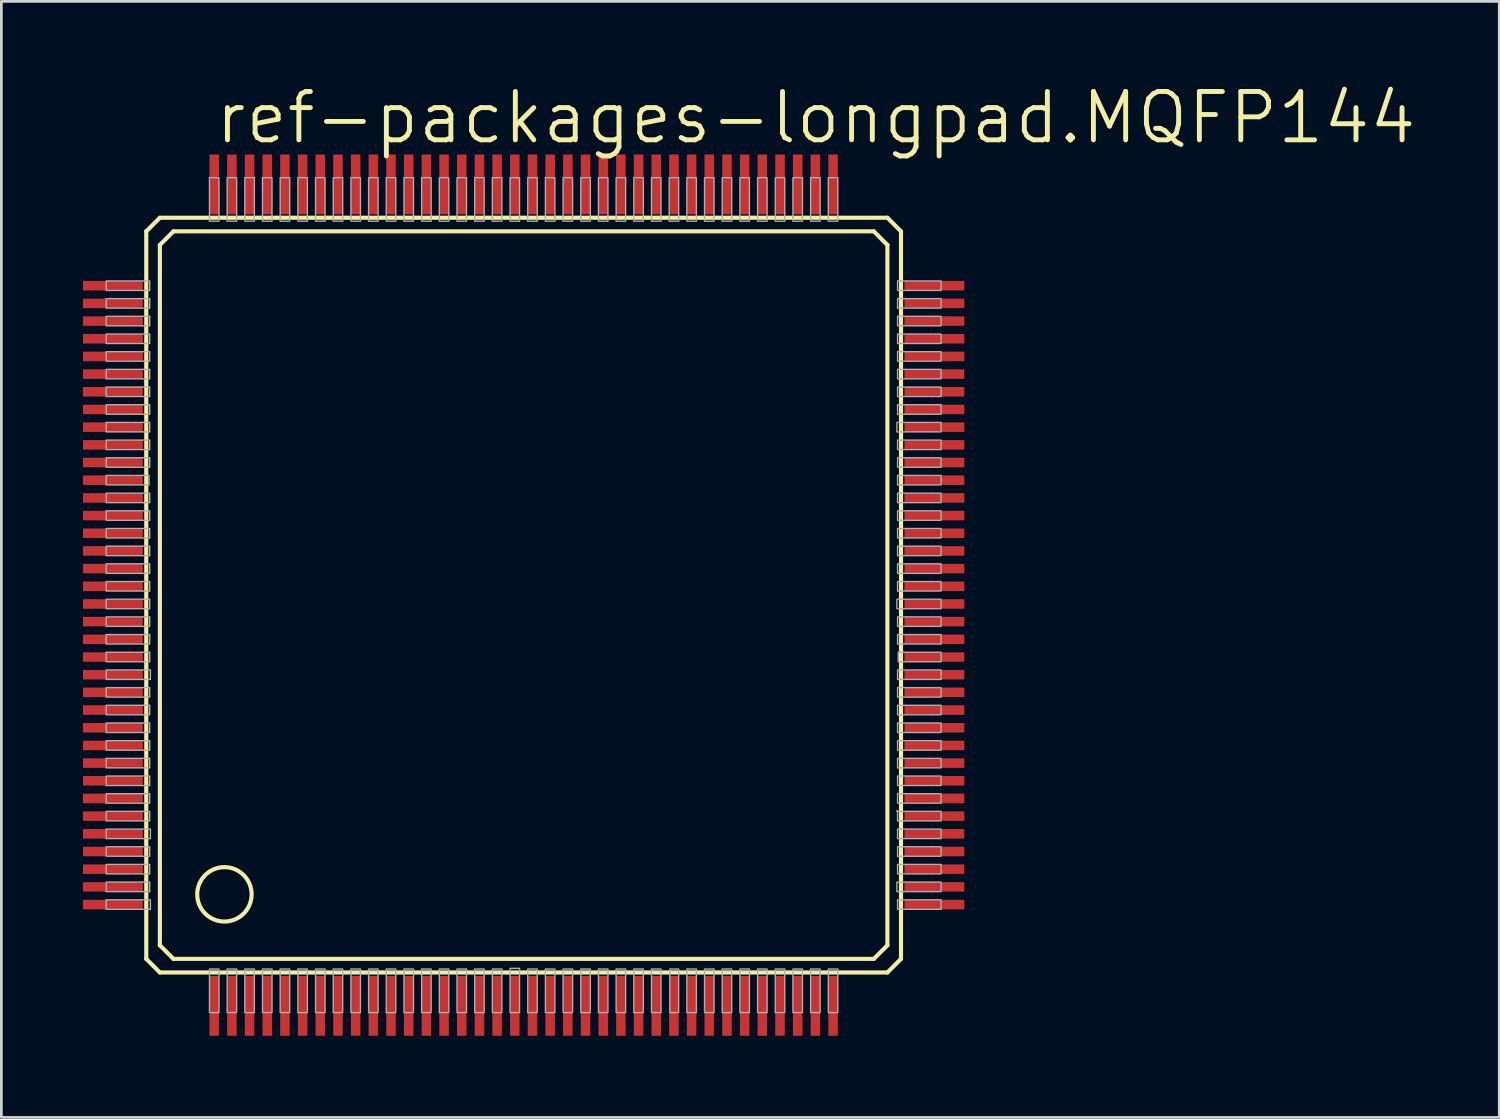
<source format=kicad_pcb>
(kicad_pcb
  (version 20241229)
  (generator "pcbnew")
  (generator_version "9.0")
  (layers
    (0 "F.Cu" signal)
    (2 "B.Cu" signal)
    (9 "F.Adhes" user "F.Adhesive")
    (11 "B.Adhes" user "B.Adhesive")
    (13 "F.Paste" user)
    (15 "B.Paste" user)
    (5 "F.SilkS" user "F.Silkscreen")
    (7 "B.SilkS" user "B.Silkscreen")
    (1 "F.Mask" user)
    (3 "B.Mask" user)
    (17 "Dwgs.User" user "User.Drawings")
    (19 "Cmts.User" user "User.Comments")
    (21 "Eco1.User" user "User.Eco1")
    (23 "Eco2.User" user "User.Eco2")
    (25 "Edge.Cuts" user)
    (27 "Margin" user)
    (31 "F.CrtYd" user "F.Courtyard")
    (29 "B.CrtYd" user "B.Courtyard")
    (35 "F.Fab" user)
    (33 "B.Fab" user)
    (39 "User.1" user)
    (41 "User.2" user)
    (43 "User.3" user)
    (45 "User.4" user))
  (footprint "ref-packages-longpad.MQFP144"
    (layer "F.Cu")
    (at 16.2 18.828)
    (property "Reference" "ref-packages-longpad.MQFP144" (at -11.43 -16.51 0) (layer "F.SilkS") (effects (font (size 1.778 1.778) (thickness 0.18)) (justify left bottom)))
    (attr smd)
    (fp_line (start -13.873 -13.373) (end -13.873 13.373) (stroke (width 0.152) (type default)) (layer "F.SilkS"))
    (fp_line (start -13.873 13.373) (end -13.373 13.873) (stroke (width 0.152) (type default)) (layer "F.SilkS"))
    (fp_line (start -13.373 -13.873) (end -13.873 -13.373) (stroke (width 0.152) (type default)) (layer "F.SilkS"))
    (fp_line (start -13.373 -12.873) (end -12.873 -13.373) (stroke (width 0.152) (type default)) (layer "F.SilkS"))
    (fp_line (start -13.373 12.873) (end -13.373 -12.873) (stroke (width 0.152) (type default)) (layer "F.SilkS"))
    (fp_line (start -13.373 13.873) (end 13.373 13.873) (stroke (width 0.152) (type default)) (layer "F.SilkS"))
    (fp_line (start -12.873 -13.373) (end 12.873 -13.373) (stroke (width 0.152) (type default)) (layer "F.SilkS"))
    (fp_line (start -12.873 13.373) (end -13.373 12.873) (stroke (width 0.152) (type default)) (layer "F.SilkS"))
    (fp_line (start 12.873 -13.373) (end 13.373 -12.873) (stroke (width 0.152) (type default)) (layer "F.SilkS"))
    (fp_line (start 12.873 13.373) (end -12.873 13.373) (stroke (width 0.152) (type default)) (layer "F.SilkS"))
    (fp_line (start 13.373 -13.873) (end -13.373 -13.873) (stroke (width 0.152) (type default)) (layer "F.SilkS"))
    (fp_line (start 13.373 -12.873) (end 13.373 12.873) (stroke (width 0.152) (type default)) (layer "F.SilkS"))
    (fp_line (start 13.373 12.873) (end 12.873 13.373) (stroke (width 0.152) (type default)) (layer "F.SilkS"))
    (fp_line (start 13.373 13.873) (end 13.873 13.373) (stroke (width 0.152) (type default)) (layer "F.SilkS"))
    (fp_line (start 13.873 -13.373) (end 13.373 -13.873) (stroke (width 0.152) (type default)) (layer "F.SilkS"))
    (fp_line (start 13.873 13.373) (end 13.873 -13.373) (stroke (width 0.152) (type default)) (layer "F.SilkS"))
    (fp_circle (center -11 11) (end -10 11) (stroke (width 0.152) (type default)) (fill no) (layer "F.SilkS"))
    (fp_rect (start -15.346 -11.2) (end -13.746 -11.55) (stroke (width 0.05) (type default)) (fill no) (layer "F.Fab"))
    (fp_rect (start -15.346 -10.55) (end -13.746 -10.9) (stroke (width 0.05) (type default)) (fill no) (layer "F.Fab"))
    (fp_rect (start -15.346 -9.9) (end -13.746 -10.25) (stroke (width 0.05) (type default)) (fill no) (layer "F.Fab"))
    (fp_rect (start -15.346 -9.25) (end -13.746 -9.6) (stroke (width 0.05) (type default)) (fill no) (layer "F.Fab"))
    (fp_rect (start -15.346 -8.6) (end -13.746 -8.95) (stroke (width 0.05) (type default)) (fill no) (layer "F.Fab"))
    (fp_rect (start -15.346 -7.95) (end -13.746 -8.3) (stroke (width 0.05) (type default)) (fill no) (layer "F.Fab"))
    (fp_rect (start -15.346 -7.3) (end -13.746 -7.65) (stroke (width 0.05) (type default)) (fill no) (layer "F.Fab"))
    (fp_rect (start -15.346 -6.65) (end -13.746 -7) (stroke (width 0.05) (type default)) (fill no) (layer "F.Fab"))
    (fp_rect (start -15.346 -6) (end -13.746 -6.35) (stroke (width 0.05) (type default)) (fill no) (layer "F.Fab"))
    (fp_rect (start -15.346 -5.35) (end -13.746 -5.7) (stroke (width 0.05) (type default)) (fill no) (layer "F.Fab"))
    (fp_rect (start -15.346 -4.7) (end -13.746 -5.05) (stroke (width 0.05) (type default)) (fill no) (layer "F.Fab"))
    (fp_rect (start -15.346 -4.05) (end -13.771 -4.4) (stroke (width 0.05) (type default)) (fill no) (layer "F.Fab"))
    (fp_rect (start -15.346 -3.4) (end -13.746 -3.75) (stroke (width 0.05) (type default)) (fill no) (layer "F.Fab"))
    (fp_rect (start -15.346 -2.75) (end -13.746 -3.1) (stroke (width 0.05) (type default)) (fill no) (layer "F.Fab"))
    (fp_rect (start -15.346 -2.1) (end -13.746 -2.45) (stroke (width 0.05) (type default)) (fill no) (layer "F.Fab"))
    (fp_rect (start -15.346 -1.45) (end -13.746 -1.8) (stroke (width 0.05) (type default)) (fill no) (layer "F.Fab"))
    (fp_rect (start -15.346 -0.8) (end -13.746 -1.15) (stroke (width 0.05) (type default)) (fill no) (layer "F.Fab"))
    (fp_rect (start -15.346 -0.15) (end -13.746 -0.5) (stroke (width 0.05) (type default)) (fill no) (layer "F.Fab"))
    (fp_rect (start -15.346 0.5) (end -13.746 0.15) (stroke (width 0.05) (type default)) (fill no) (layer "F.Fab"))
    (fp_rect (start -15.346 1.15) (end -13.746 0.8) (stroke (width 0.05) (type default)) (fill no) (layer "F.Fab"))
    (fp_rect (start -15.346 1.8) (end -13.746 1.45) (stroke (width 0.05) (type default)) (fill no) (layer "F.Fab"))
    (fp_rect (start -15.346 2.45) (end -13.746 2.1) (stroke (width 0.05) (type default)) (fill no) (layer "F.Fab"))
    (fp_rect (start -15.346 3.1) (end -13.721 2.75) (stroke (width 0.05) (type default)) (fill no) (layer "F.Fab"))
    (fp_rect (start -15.346 3.75) (end -13.746 3.4) (stroke (width 0.05) (type default)) (fill no) (layer "F.Fab"))
    (fp_rect (start -15.346 4.4) (end -13.746 4.05) (stroke (width 0.05) (type default)) (fill no) (layer "F.Fab"))
    (fp_rect (start -15.346 5.05) (end -13.746 4.7) (stroke (width 0.05) (type default)) (fill no) (layer "F.Fab"))
    (fp_rect (start -15.346 5.7) (end -13.746 5.35) (stroke (width 0.05) (type default)) (fill no) (layer "F.Fab"))
    (fp_rect (start -15.346 6.35) (end -13.746 6) (stroke (width 0.05) (type default)) (fill no) (layer "F.Fab"))
    (fp_rect (start -15.346 7) (end -13.746 6.65) (stroke (width 0.05) (type default)) (fill no) (layer "F.Fab"))
    (fp_rect (start -15.346 7.65) (end -13.746 7.3) (stroke (width 0.05) (type default)) (fill no) (layer "F.Fab"))
    (fp_rect (start -15.346 8.3) (end -13.746 7.95) (stroke (width 0.05) (type default)) (fill no) (layer "F.Fab"))
    (fp_rect (start -15.346 8.95) (end -13.721 8.6) (stroke (width 0.05) (type default)) (fill no) (layer "F.Fab"))
    (fp_rect (start -15.346 9.6) (end -13.746 9.25) (stroke (width 0.05) (type default)) (fill no) (layer "F.Fab"))
    (fp_rect (start -15.346 10.25) (end -13.746 9.9) (stroke (width 0.05) (type default)) (fill no) (layer "F.Fab"))
    (fp_rect (start -15.346 10.9) (end -13.746 10.55) (stroke (width 0.05) (type default)) (fill no) (layer "F.Fab"))
    (fp_rect (start -15.346 11.55) (end -13.721 11.2) (stroke (width 0.05) (type default)) (fill no) (layer "F.Fab"))
    (fp_rect (start -11.55 -13.746) (end -11.2 -15.346) (stroke (width 0.05) (type default)) (fill no) (layer "F.Fab"))
    (fp_rect (start -11.55 15.346) (end -11.2 13.746) (stroke (width 0.05) (type default)) (fill no) (layer "F.Fab"))
    (fp_rect (start -10.9 -13.746) (end -10.55 -15.346) (stroke (width 0.05) (type default)) (fill no) (layer "F.Fab"))
    (fp_rect (start -10.9 15.346) (end -10.55 13.746) (stroke (width 0.05) (type default)) (fill no) (layer "F.Fab"))
    (fp_rect (start -10.25 -13.746) (end -9.9 -15.346) (stroke (width 0.05) (type default)) (fill no) (layer "F.Fab"))
    (fp_rect (start -10.25 15.346) (end -9.9 13.746) (stroke (width 0.05) (type default)) (fill no) (layer "F.Fab"))
    (fp_rect (start -9.6 -13.746) (end -9.25 -15.346) (stroke (width 0.05) (type default)) (fill no) (layer "F.Fab"))
    (fp_rect (start -9.6 15.346) (end -9.25 13.746) (stroke (width 0.05) (type default)) (fill no) (layer "F.Fab"))
    (fp_rect (start -8.95 -13.746) (end -8.6 -15.346) (stroke (width 0.05) (type default)) (fill no) (layer "F.Fab"))
    (fp_rect (start -8.95 15.346) (end -8.6 13.746) (stroke (width 0.05) (type default)) (fill no) (layer "F.Fab"))
    (fp_rect (start -8.3 -13.746) (end -7.95 -15.346) (stroke (width 0.05) (type default)) (fill no) (layer "F.Fab"))
    (fp_rect (start -8.3 15.346) (end -7.95 13.746) (stroke (width 0.05) (type default)) (fill no) (layer "F.Fab"))
    (fp_rect (start -7.65 -13.746) (end -7.3 -15.346) (stroke (width 0.05) (type default)) (fill no) (layer "F.Fab"))
    (fp_rect (start -7.65 15.346) (end -7.3 13.746) (stroke (width 0.05) (type default)) (fill no) (layer "F.Fab"))
    (fp_rect (start -7 -13.746) (end -6.65 -15.346) (stroke (width 0.05) (type default)) (fill no) (layer "F.Fab"))
    (fp_rect (start -7 15.346) (end -6.65 13.746) (stroke (width 0.05) (type default)) (fill no) (layer "F.Fab"))
    (fp_rect (start -6.35 -13.746) (end -6 -15.346) (stroke (width 0.05) (type default)) (fill no) (layer "F.Fab"))
    (fp_rect (start -6.35 15.346) (end -6 13.746) (stroke (width 0.05) (type default)) (fill no) (layer "F.Fab"))
    (fp_rect (start -5.7 -13.746) (end -5.35 -15.346) (stroke (width 0.05) (type default)) (fill no) (layer "F.Fab"))
    (fp_rect (start -5.7 15.346) (end -5.35 13.746) (stroke (width 0.05) (type default)) (fill no) (layer "F.Fab"))
    (fp_rect (start -5.05 -13.746) (end -4.7 -15.346) (stroke (width 0.05) (type default)) (fill no) (layer "F.Fab"))
    (fp_rect (start -5.05 15.346) (end -4.7 13.746) (stroke (width 0.05) (type default)) (fill no) (layer "F.Fab"))
    (fp_rect (start -4.4 -13.746) (end -4.05 -15.346) (stroke (width 0.05) (type default)) (fill no) (layer "F.Fab"))
    (fp_rect (start -4.4 15.346) (end -4.05 13.746) (stroke (width 0.05) (type default)) (fill no) (layer "F.Fab"))
    (fp_rect (start -3.75 -13.746) (end -3.4 -15.346) (stroke (width 0.05) (type default)) (fill no) (layer "F.Fab"))
    (fp_rect (start -3.75 15.346) (end -3.4 13.746) (stroke (width 0.05) (type default)) (fill no) (layer "F.Fab"))
    (fp_rect (start -3.1 -13.746) (end -2.75 -15.346) (stroke (width 0.05) (type default)) (fill no) (layer "F.Fab"))
    (fp_rect (start -3.1 15.346) (end -2.75 13.746) (stroke (width 0.05) (type default)) (fill no) (layer "F.Fab"))
    (fp_rect (start -2.45 -13.746) (end -2.1 -15.346) (stroke (width 0.05) (type default)) (fill no) (layer "F.Fab"))
    (fp_rect (start -2.45 15.346) (end -2.1 13.746) (stroke (width 0.05) (type default)) (fill no) (layer "F.Fab"))
    (fp_rect (start -1.8 -13.746) (end -1.45 -15.346) (stroke (width 0.05) (type default)) (fill no) (layer "F.Fab"))
    (fp_rect (start -1.8 15.346) (end -1.45 13.746) (stroke (width 0.05) (type default)) (fill no) (layer "F.Fab"))
    (fp_rect (start -1.15 -13.746) (end -0.8 -15.346) (stroke (width 0.05) (type default)) (fill no) (layer "F.Fab"))
    (fp_rect (start -1.15 15.346) (end -0.8 13.746) (stroke (width 0.05) (type default)) (fill no) (layer "F.Fab"))
    (fp_rect (start -0.5 -13.746) (end -0.15 -15.346) (stroke (width 0.05) (type default)) (fill no) (layer "F.Fab"))
    (fp_rect (start -0.5 15.346) (end -0.15 13.721) (stroke (width 0.05) (type default)) (fill no) (layer "F.Fab"))
    (fp_rect (start 0.15 -13.746) (end 0.5 -15.346) (stroke (width 0.05) (type default)) (fill no) (layer "F.Fab"))
    (fp_rect (start 0.15 15.346) (end 0.5 13.746) (stroke (width 0.05) (type default)) (fill no) (layer "F.Fab"))
    (fp_rect (start 0.8 -13.746) (end 1.15 -15.346) (stroke (width 0.05) (type default)) (fill no) (layer "F.Fab"))
    (fp_rect (start 0.8 13.796) (end 0.825 13.771) (stroke (width 0.05) (type default)) (fill no) (layer "F.Fab"))
    (fp_rect (start 0.8 15.346) (end 1.15 13.746) (stroke (width 0.05) (type default)) (fill no) (layer "F.Fab"))
    (fp_rect (start 1.45 -13.746) (end 1.8 -15.346) (stroke (width 0.05) (type default)) (fill no) (layer "F.Fab"))
    (fp_rect (start 1.45 15.346) (end 1.8 13.746) (stroke (width 0.05) (type default)) (fill no) (layer "F.Fab"))
    (fp_rect (start 2.1 -13.746) (end 2.45 -15.346) (stroke (width 0.05) (type default)) (fill no) (layer "F.Fab"))
    (fp_rect (start 2.1 15.346) (end 2.45 13.746) (stroke (width 0.05) (type default)) (fill no) (layer "F.Fab"))
    (fp_rect (start 2.75 -13.746) (end 3.1 -15.346) (stroke (width 0.05) (type default)) (fill no) (layer "F.Fab"))
    (fp_rect (start 2.75 15.346) (end 3.1 13.746) (stroke (width 0.05) (type default)) (fill no) (layer "F.Fab"))
    (fp_rect (start 3.4 -13.746) (end 3.75 -15.346) (stroke (width 0.05) (type default)) (fill no) (layer "F.Fab"))
    (fp_rect (start 3.4 15.346) (end 3.75 13.746) (stroke (width 0.05) (type default)) (fill no) (layer "F.Fab"))
    (fp_rect (start 4.05 -13.746) (end 4.4 -15.346) (stroke (width 0.05) (type default)) (fill no) (layer "F.Fab"))
    (fp_rect (start 4.05 15.346) (end 4.4 13.746) (stroke (width 0.05) (type default)) (fill no) (layer "F.Fab"))
    (fp_rect (start 4.7 -13.746) (end 5.05 -15.346) (stroke (width 0.05) (type default)) (fill no) (layer "F.Fab"))
    (fp_rect (start 4.7 15.346) (end 5.05 13.746) (stroke (width 0.05) (type default)) (fill no) (layer "F.Fab"))
    (fp_rect (start 5.35 -13.746) (end 5.7 -15.346) (stroke (width 0.05) (type default)) (fill no) (layer "F.Fab"))
    (fp_rect (start 5.375 15.346) (end 5.7 13.746) (stroke (width 0.05) (type default)) (fill no) (layer "F.Fab"))
    (fp_rect (start 6 -13.746) (end 6.35 -15.346) (stroke (width 0.05) (type default)) (fill no) (layer "F.Fab"))
    (fp_rect (start 6 15.346) (end 6.35 13.746) (stroke (width 0.05) (type default)) (fill no) (layer "F.Fab"))
    (fp_rect (start 6.65 -13.746) (end 7 -15.346) (stroke (width 0.05) (type default)) (fill no) (layer "F.Fab"))
    (fp_rect (start 6.65 15.346) (end 7 13.746) (stroke (width 0.05) (type default)) (fill no) (layer "F.Fab"))
    (fp_rect (start 7.3 -13.746) (end 7.65 -15.346) (stroke (width 0.05) (type default)) (fill no) (layer "F.Fab"))
    (fp_rect (start 7.3 15.346) (end 7.65 13.746) (stroke (width 0.05) (type default)) (fill no) (layer "F.Fab"))
    (fp_rect (start 7.95 -13.746) (end 8.3 -15.346) (stroke (width 0.05) (type default)) (fill no) (layer "F.Fab"))
    (fp_rect (start 7.95 15.346) (end 8.3 13.746) (stroke (width 0.05) (type default)) (fill no) (layer "F.Fab"))
    (fp_rect (start 8.6 -13.746) (end 8.95 -15.346) (stroke (width 0.05) (type default)) (fill no) (layer "F.Fab"))
    (fp_rect (start 8.6 15.346) (end 8.95 13.746) (stroke (width 0.05) (type default)) (fill no) (layer "F.Fab"))
    (fp_rect (start 9.25 -13.746) (end 9.6 -15.346) (stroke (width 0.05) (type default)) (fill no) (layer "F.Fab"))
    (fp_rect (start 9.25 15.346) (end 9.6 13.746) (stroke (width 0.05) (type default)) (fill no) (layer "F.Fab"))
    (fp_rect (start 9.9 -13.746) (end 10.25 -15.346) (stroke (width 0.05) (type default)) (fill no) (layer "F.Fab"))
    (fp_rect (start 9.9 15.346) (end 10.25 13.746) (stroke (width 0.05) (type default)) (fill no) (layer "F.Fab"))
    (fp_rect (start 10.55 -13.746) (end 10.9 -15.346) (stroke (width 0.05) (type default)) (fill no) (layer "F.Fab"))
    (fp_rect (start 10.55 15.346) (end 10.9 13.746) (stroke (width 0.05) (type default)) (fill no) (layer "F.Fab"))
    (fp_rect (start 11.2 -13.746) (end 11.55 -15.346) (stroke (width 0.05) (type default)) (fill no) (layer "F.Fab"))
    (fp_rect (start 11.2 15.346) (end 11.55 13.746) (stroke (width 0.05) (type default)) (fill no) (layer "F.Fab"))
    (fp_rect (start 13.721 -6) (end 15.346 -6.35) (stroke (width 0.05) (type default)) (fill no) (layer "F.Fab"))
    (fp_rect (start 13.721 0.5) (end 15.346 0.15) (stroke (width 0.05) (type default)) (fill no) (layer "F.Fab"))
    (fp_rect (start 13.721 7.95) (end 13.746 7.925) (stroke (width 0.05) (type default)) (fill no) (layer "F.Fab"))
    (fp_rect (start 13.721 10.9) (end 15.346 10.55) (stroke (width 0.05) (type default)) (fill no) (layer "F.Fab"))
    (fp_rect (start 13.746 -11.2) (end 15.346 -11.55) (stroke (width 0.05) (type default)) (fill no) (layer "F.Fab"))
    (fp_rect (start 13.746 -10.55) (end 15.346 -10.9) (stroke (width 0.05) (type default)) (fill no) (layer "F.Fab"))
    (fp_rect (start 13.746 -9.9) (end 15.346 -10.25) (stroke (width 0.05) (type default)) (fill no) (layer "F.Fab"))
    (fp_rect (start 13.746 -9.25) (end 15.346 -9.6) (stroke (width 0.05) (type default)) (fill no) (layer "F.Fab"))
    (fp_rect (start 13.746 -8.6) (end 15.346 -8.95) (stroke (width 0.05) (type default)) (fill no) (layer "F.Fab"))
    (fp_rect (start 13.746 -7.95) (end 15.346 -8.3) (stroke (width 0.05) (type default)) (fill no) (layer "F.Fab"))
    (fp_rect (start 13.746 -7.3) (end 15.346 -7.65) (stroke (width 0.05) (type default)) (fill no) (layer "F.Fab"))
    (fp_rect (start 13.746 -6.65) (end 15.346 -7) (stroke (width 0.05) (type default)) (fill no) (layer "F.Fab"))
    (fp_rect (start 13.746 -5.35) (end 15.346 -5.7) (stroke (width 0.05) (type default)) (fill no) (layer "F.Fab"))
    (fp_rect (start 13.746 -4.7) (end 15.346 -5.05) (stroke (width 0.05) (type default)) (fill no) (layer "F.Fab"))
    (fp_rect (start 13.746 -4.05) (end 15.346 -4.4) (stroke (width 0.05) (type default)) (fill no) (layer "F.Fab"))
    (fp_rect (start 13.746 -3.4) (end 15.346 -3.75) (stroke (width 0.05) (type default)) (fill no) (layer "F.Fab"))
    (fp_rect (start 13.746 -2.75) (end 15.346 -3.1) (stroke (width 0.05) (type default)) (fill no) (layer "F.Fab"))
    (fp_rect (start 13.746 -2.1) (end 15.346 -2.45) (stroke (width 0.05) (type default)) (fill no) (layer "F.Fab"))
    (fp_rect (start 13.746 -1.45) (end 15.346 -1.8) (stroke (width 0.05) (type default)) (fill no) (layer "F.Fab"))
    (fp_rect (start 13.746 -0.8) (end 15.346 -1.15) (stroke (width 0.05) (type default)) (fill no) (layer "F.Fab"))
    (fp_rect (start 13.746 -0.15) (end 15.346 -0.5) (stroke (width 0.05) (type default)) (fill no) (layer "F.Fab"))
    (fp_rect (start 13.746 1.15) (end 15.346 0.8) (stroke (width 0.05) (type default)) (fill no) (layer "F.Fab"))
    (fp_rect (start 13.746 1.8) (end 15.346 1.45) (stroke (width 0.05) (type default)) (fill no) (layer "F.Fab"))
    (fp_rect (start 13.746 3.1) (end 15.346 2.75) (stroke (width 0.05) (type default)) (fill no) (layer "F.Fab"))
    (fp_rect (start 13.746 3.75) (end 15.346 3.4) (stroke (width 0.05) (type default)) (fill no) (layer "F.Fab"))
    (fp_rect (start 13.746 4.4) (end 15.346 4.05) (stroke (width 0.05) (type default)) (fill no) (layer "F.Fab"))
    (fp_rect (start 13.746 5.05) (end 15.346 4.7) (stroke (width 0.05) (type default)) (fill no) (layer "F.Fab"))
    (fp_rect (start 13.746 5.7) (end 15.346 5.35) (stroke (width 0.05) (type default)) (fill no) (layer "F.Fab"))
    (fp_rect (start 13.746 6.35) (end 15.346 6) (stroke (width 0.05) (type default)) (fill no) (layer "F.Fab"))
    (fp_rect (start 13.746 7) (end 15.346 6.65) (stroke (width 0.05) (type default)) (fill no) (layer "F.Fab"))
    (fp_rect (start 13.746 7.65) (end 15.346 7.3) (stroke (width 0.05) (type default)) (fill no) (layer "F.Fab"))
    (fp_rect (start 13.746 8.3) (end 15.346 7.95) (stroke (width 0.05) (type default)) (fill no) (layer "F.Fab"))
    (fp_rect (start 13.746 8.95) (end 15.346 8.6) (stroke (width 0.05) (type default)) (fill no) (layer "F.Fab"))
    (fp_rect (start 13.746 9.6) (end 15.346 9.25) (stroke (width 0.05) (type default)) (fill no) (layer "F.Fab"))
    (fp_rect (start 13.746 10.25) (end 15.346 9.9) (stroke (width 0.05) (type default)) (fill no) (layer "F.Fab"))
    (fp_rect (start 13.746 11.55) (end 15.346 11.2) (stroke (width 0.05) (type default)) (fill no) (layer "F.Fab"))
    (fp_rect (start 13.771 2.45) (end 15.346 2.1) (stroke (width 0.05) (type default)) (fill no) (layer "F.Fab"))
    (pad "1" smd roundrect (at -11.375 15.1) (size 0.35 2.2) (layers "F.Cu" "F.Mask" "F.Paste") (roundrect_rratio 0.01))
    (pad "2" smd roundrect (at -10.725 15.1) (size 0.35 2.2) (layers "F.Cu" "F.Mask" "F.Paste") (roundrect_rratio 0.01))
    (pad "3" smd roundrect (at -10.075 15.1) (size 0.35 2.2) (layers "F.Cu" "F.Mask" "F.Paste") (roundrect_rratio 0.01))
    (pad "4" smd roundrect (at -9.425 15.1) (size 0.35 2.2) (layers "F.Cu" "F.Mask" "F.Paste") (roundrect_rratio 0.01))
    (pad "5" smd roundrect (at -8.775 15.1) (size 0.35 2.2) (layers "F.Cu" "F.Mask" "F.Paste") (roundrect_rratio 0.01))
    (pad "6" smd roundrect (at -8.125 15.1) (size 0.35 2.2) (layers "F.Cu" "F.Mask" "F.Paste") (roundrect_rratio 0.01))
    (pad "7" smd roundrect (at -7.475 15.1) (size 0.35 2.2) (layers "F.Cu" "F.Mask" "F.Paste") (roundrect_rratio 0.01))
    (pad "8" smd roundrect (at -6.825 15.1) (size 0.35 2.2) (layers "F.Cu" "F.Mask" "F.Paste") (roundrect_rratio 0.01))
    (pad "9" smd roundrect (at -6.175 15.1) (size 0.35 2.2) (layers "F.Cu" "F.Mask" "F.Paste") (roundrect_rratio 0.01))
    (pad "10" smd roundrect (at -5.525 15.1) (size 0.35 2.2) (layers "F.Cu" "F.Mask" "F.Paste") (roundrect_rratio 0.01))
    (pad "11" smd roundrect (at -4.875 15.1) (size 0.35 2.2) (layers "F.Cu" "F.Mask" "F.Paste") (roundrect_rratio 0.01))
    (pad "12" smd roundrect (at -4.225 15.1) (size 0.35 2.2) (layers "F.Cu" "F.Mask" "F.Paste") (roundrect_rratio 0.01))
    (pad "13" smd roundrect (at -3.575 15.1) (size 0.35 2.2) (layers "F.Cu" "F.Mask" "F.Paste") (roundrect_rratio 0.01))
    (pad "14" smd roundrect (at -2.925 15.1) (size 0.35 2.2) (layers "F.Cu" "F.Mask" "F.Paste") (roundrect_rratio 0.01))
    (pad "15" smd roundrect (at -2.275 15.1) (size 0.35 2.2) (layers "F.Cu" "F.Mask" "F.Paste") (roundrect_rratio 0.01))
    (pad "16" smd roundrect (at -1.625 15.1) (size 0.35 2.2) (layers "F.Cu" "F.Mask" "F.Paste") (roundrect_rratio 0.01))
    (pad "17" smd roundrect (at -0.975 15.1) (size 0.35 2.2) (layers "F.Cu" "F.Mask" "F.Paste") (roundrect_rratio 0.01))
    (pad "18" smd roundrect (at -0.325 15.1) (size 0.35 2.2) (layers "F.Cu" "F.Mask" "F.Paste") (roundrect_rratio 0.01))
    (pad "19" smd roundrect (at 0.325 15.1) (size 0.35 2.2) (layers "F.Cu" "F.Mask" "F.Paste") (roundrect_rratio 0.01))
    (pad "20" smd roundrect (at 0.975 15.1) (size 0.35 2.2) (layers "F.Cu" "F.Mask" "F.Paste") (roundrect_rratio 0.01))
    (pad "21" smd roundrect (at 1.625 15.1) (size 0.35 2.2) (layers "F.Cu" "F.Mask" "F.Paste") (roundrect_rratio 0.01))
    (pad "22" smd roundrect (at 2.275 15.1) (size 0.35 2.2) (layers "F.Cu" "F.Mask" "F.Paste") (roundrect_rratio 0.01))
    (pad "23" smd roundrect (at 2.925 15.1) (size 0.35 2.2) (layers "F.Cu" "F.Mask" "F.Paste") (roundrect_rratio 0.01))
    (pad "24" smd roundrect (at 3.575 15.1) (size 0.35 2.2) (layers "F.Cu" "F.Mask" "F.Paste") (roundrect_rratio 0.01))
    (pad "25" smd roundrect (at 4.225 15.1) (size 0.35 2.2) (layers "F.Cu" "F.Mask" "F.Paste") (roundrect_rratio 0.01))
    (pad "26" smd roundrect (at 4.875 15.1) (size 0.35 2.2) (layers "F.Cu" "F.Mask" "F.Paste") (roundrect_rratio 0.01))
    (pad "27" smd roundrect (at 5.525 15.1) (size 0.35 2.2) (layers "F.Cu" "F.Mask" "F.Paste") (roundrect_rratio 0.01))
    (pad "28" smd roundrect (at 6.175 15.1) (size 0.35 2.2) (layers "F.Cu" "F.Mask" "F.Paste") (roundrect_rratio 0.01))
    (pad "29" smd roundrect (at 6.825 15.1) (size 0.35 2.2) (layers "F.Cu" "F.Mask" "F.Paste") (roundrect_rratio 0.01))
    (pad "30" smd roundrect (at 7.475 15.1) (size 0.35 2.2) (layers "F.Cu" "F.Mask" "F.Paste") (roundrect_rratio 0.01))
    (pad "31" smd roundrect (at 8.125 15.1) (size 0.35 2.2) (layers "F.Cu" "F.Mask" "F.Paste") (roundrect_rratio 0.01))
    (pad "32" smd roundrect (at 8.775 15.1) (size 0.35 2.2) (layers "F.Cu" "F.Mask" "F.Paste") (roundrect_rratio 0.01))
    (pad "33" smd roundrect (at 9.425 15.1) (size 0.35 2.2) (layers "F.Cu" "F.Mask" "F.Paste") (roundrect_rratio 0.01))
    (pad "34" smd roundrect (at 10.075 15.1) (size 0.35 2.2) (layers "F.Cu" "F.Mask" "F.Paste") (roundrect_rratio 0.01))
    (pad "35" smd roundrect (at 10.725 15.1) (size 0.35 2.2) (layers "F.Cu" "F.Mask" "F.Paste") (roundrect_rratio 0.01))
    (pad "36" smd roundrect (at 11.375 15.1) (size 0.35 2.2) (layers "F.Cu" "F.Mask" "F.Paste") (roundrect_rratio 0.01))
    (pad "37" smd roundrect (at 15.1 11.375) (size 2.2 0.35) (layers "F.Cu" "F.Mask" "F.Paste") (roundrect_rratio 0.01))
    (pad "38" smd roundrect (at 15.1 10.725) (size 2.2 0.35) (layers "F.Cu" "F.Mask" "F.Paste") (roundrect_rratio 0.01))
    (pad "39" smd roundrect (at 15.1 10.075) (size 2.2 0.35) (layers "F.Cu" "F.Mask" "F.Paste") (roundrect_rratio 0.01))
    (pad "40" smd roundrect (at 15.1 9.425) (size 2.2 0.35) (layers "F.Cu" "F.Mask" "F.Paste") (roundrect_rratio 0.01))
    (pad "41" smd roundrect (at 15.1 8.775) (size 2.2 0.35) (layers "F.Cu" "F.Mask" "F.Paste") (roundrect_rratio 0.01))
    (pad "42" smd roundrect (at 15.1 8.125) (size 2.2 0.35) (layers "F.Cu" "F.Mask" "F.Paste") (roundrect_rratio 0.01))
    (pad "43" smd roundrect (at 15.1 7.475) (size 2.2 0.35) (layers "F.Cu" "F.Mask" "F.Paste") (roundrect_rratio 0.01))
    (pad "44" smd roundrect (at 15.1 6.825) (size 2.2 0.35) (layers "F.Cu" "F.Mask" "F.Paste") (roundrect_rratio 0.01))
    (pad "45" smd roundrect (at 15.1 6.175) (size 2.2 0.35) (layers "F.Cu" "F.Mask" "F.Paste") (roundrect_rratio 0.01))
    (pad "46" smd roundrect (at 15.1 5.525) (size 2.2 0.35) (layers "F.Cu" "F.Mask" "F.Paste") (roundrect_rratio 0.01))
    (pad "47" smd roundrect (at 15.1 4.875) (size 2.2 0.35) (layers "F.Cu" "F.Mask" "F.Paste") (roundrect_rratio 0.01))
    (pad "48" smd roundrect (at 15.1 4.225) (size 2.2 0.35) (layers "F.Cu" "F.Mask" "F.Paste") (roundrect_rratio 0.01))
    (pad "49" smd roundrect (at 15.1 3.575) (size 2.2 0.35) (layers "F.Cu" "F.Mask" "F.Paste") (roundrect_rratio 0.01))
    (pad "50" smd roundrect (at 15.1 2.925) (size 2.2 0.35) (layers "F.Cu" "F.Mask" "F.Paste") (roundrect_rratio 0.01))
    (pad "51" smd roundrect (at 15.1 2.275) (size 2.2 0.35) (layers "F.Cu" "F.Mask" "F.Paste") (roundrect_rratio 0.01))
    (pad "52" smd roundrect (at 15.1 1.625) (size 2.2 0.35) (layers "F.Cu" "F.Mask" "F.Paste") (roundrect_rratio 0.01))
    (pad "53" smd roundrect (at 15.1 0.975) (size 2.2 0.35) (layers "F.Cu" "F.Mask" "F.Paste") (roundrect_rratio 0.01))
    (pad "54" smd roundrect (at 15.1 0.325) (size 2.2 0.35) (layers "F.Cu" "F.Mask" "F.Paste") (roundrect_rratio 0.01))
    (pad "55" smd roundrect (at 15.1 -0.325) (size 2.2 0.35) (layers "F.Cu" "F.Mask" "F.Paste") (roundrect_rratio 0.01))
    (pad "56" smd roundrect (at 15.1 -0.975) (size 2.2 0.35) (layers "F.Cu" "F.Mask" "F.Paste") (roundrect_rratio 0.01))
    (pad "57" smd roundrect (at 15.1 -1.625) (size 2.2 0.35) (layers "F.Cu" "F.Mask" "F.Paste") (roundrect_rratio 0.01))
    (pad "58" smd roundrect (at 15.1 -2.275) (size 2.2 0.35) (layers "F.Cu" "F.Mask" "F.Paste") (roundrect_rratio 0.01))
    (pad "59" smd roundrect (at 15.1 -2.925) (size 2.2 0.35) (layers "F.Cu" "F.Mask" "F.Paste") (roundrect_rratio 0.01))
    (pad "60" smd roundrect (at 15.1 -3.575) (size 2.2 0.35) (layers "F.Cu" "F.Mask" "F.Paste") (roundrect_rratio 0.01))
    (pad "61" smd roundrect (at 15.1 -4.225) (size 2.2 0.35) (layers "F.Cu" "F.Mask" "F.Paste") (roundrect_rratio 0.01))
    (pad "62" smd roundrect (at 15.1 -4.875) (size 2.2 0.35) (layers "F.Cu" "F.Mask" "F.Paste") (roundrect_rratio 0.01))
    (pad "63" smd roundrect (at 15.1 -5.525) (size 2.2 0.35) (layers "F.Cu" "F.Mask" "F.Paste") (roundrect_rratio 0.01))
    (pad "64" smd roundrect (at 15.1 -6.175) (size 2.2 0.35) (layers "F.Cu" "F.Mask" "F.Paste") (roundrect_rratio 0.01))
    (pad "65" smd roundrect (at 15.1 -6.825) (size 2.2 0.35) (layers "F.Cu" "F.Mask" "F.Paste") (roundrect_rratio 0.01))
    (pad "66" smd roundrect (at 15.1 -7.475) (size 2.2 0.35) (layers "F.Cu" "F.Mask" "F.Paste") (roundrect_rratio 0.01))
    (pad "67" smd roundrect (at 15.1 -8.125) (size 2.2 0.35) (layers "F.Cu" "F.Mask" "F.Paste") (roundrect_rratio 0.01))
    (pad "68" smd roundrect (at 15.1 -8.775) (size 2.2 0.35) (layers "F.Cu" "F.Mask" "F.Paste") (roundrect_rratio 0.01))
    (pad "69" smd roundrect (at 15.1 -9.425) (size 2.2 0.35) (layers "F.Cu" "F.Mask" "F.Paste") (roundrect_rratio 0.01))
    (pad "70" smd roundrect (at 15.1 -10.075) (size 2.2 0.35) (layers "F.Cu" "F.Mask" "F.Paste") (roundrect_rratio 0.01))
    (pad "71" smd roundrect (at 15.1 -10.725) (size 2.2 0.35) (layers "F.Cu" "F.Mask" "F.Paste") (roundrect_rratio 0.01))
    (pad "72" smd roundrect (at 15.1 -11.375) (size 2.2 0.35) (layers "F.Cu" "F.Mask" "F.Paste") (roundrect_rratio 0.01))
    (pad "73" smd roundrect (at 11.375 -15.1) (size 0.35 2.2) (layers "F.Cu" "F.Mask" "F.Paste") (roundrect_rratio 0.01))
    (pad "74" smd roundrect (at 10.725 -15.1) (size 0.35 2.2) (layers "F.Cu" "F.Mask" "F.Paste") (roundrect_rratio 0.01))
    (pad "75" smd roundrect (at 10.075 -15.1) (size 0.35 2.2) (layers "F.Cu" "F.Mask" "F.Paste") (roundrect_rratio 0.01))
    (pad "76" smd roundrect (at 9.425 -15.1) (size 0.35 2.2) (layers "F.Cu" "F.Mask" "F.Paste") (roundrect_rratio 0.01))
    (pad "77" smd roundrect (at 8.775 -15.1) (size 0.35 2.2) (layers "F.Cu" "F.Mask" "F.Paste") (roundrect_rratio 0.01))
    (pad "78" smd roundrect (at 8.125 -15.1) (size 0.35 2.2) (layers "F.Cu" "F.Mask" "F.Paste") (roundrect_rratio 0.01))
    (pad "79" smd roundrect (at 7.475 -15.1) (size 0.35 2.2) (layers "F.Cu" "F.Mask" "F.Paste") (roundrect_rratio 0.01))
    (pad "80" smd roundrect (at 6.825 -15.1) (size 0.35 2.2) (layers "F.Cu" "F.Mask" "F.Paste") (roundrect_rratio 0.01))
    (pad "81" smd roundrect (at 6.175 -15.1) (size 0.35 2.2) (layers "F.Cu" "F.Mask" "F.Paste") (roundrect_rratio 0.01))
    (pad "82" smd roundrect (at 5.525 -15.1) (size 0.35 2.2) (layers "F.Cu" "F.Mask" "F.Paste") (roundrect_rratio 0.01))
    (pad "83" smd roundrect (at 4.875 -15.1) (size 0.35 2.2) (layers "F.Cu" "F.Mask" "F.Paste") (roundrect_rratio 0.01))
    (pad "84" smd roundrect (at 4.225 -15.1) (size 0.35 2.2) (layers "F.Cu" "F.Mask" "F.Paste") (roundrect_rratio 0.01))
    (pad "85" smd roundrect (at 3.575 -15.1) (size 0.35 2.2) (layers "F.Cu" "F.Mask" "F.Paste") (roundrect_rratio 0.01))
    (pad "86" smd roundrect (at 2.925 -15.1) (size 0.35 2.2) (layers "F.Cu" "F.Mask" "F.Paste") (roundrect_rratio 0.01))
    (pad "87" smd roundrect (at 2.275 -15.1) (size 0.35 2.2) (layers "F.Cu" "F.Mask" "F.Paste") (roundrect_rratio 0.01))
    (pad "88" smd roundrect (at 1.625 -15.1) (size 0.35 2.2) (layers "F.Cu" "F.Mask" "F.Paste") (roundrect_rratio 0.01))
    (pad "89" smd roundrect (at 0.975 -15.1) (size 0.35 2.2) (layers "F.Cu" "F.Mask" "F.Paste") (roundrect_rratio 0.01))
    (pad "90" smd roundrect (at 0.325 -15.1) (size 0.35 2.2) (layers "F.Cu" "F.Mask" "F.Paste") (roundrect_rratio 0.01))
    (pad "91" smd roundrect (at -0.325 -15.1) (size 0.35 2.2) (layers "F.Cu" "F.Mask" "F.Paste") (roundrect_rratio 0.01))
    (pad "92" smd roundrect (at -0.975 -15.1) (size 0.35 2.2) (layers "F.Cu" "F.Mask" "F.Paste") (roundrect_rratio 0.01))
    (pad "93" smd roundrect (at -1.625 -15.1) (size 0.35 2.2) (layers "F.Cu" "F.Mask" "F.Paste") (roundrect_rratio 0.01))
    (pad "94" smd roundrect (at -2.275 -15.1) (size 0.35 2.2) (layers "F.Cu" "F.Mask" "F.Paste") (roundrect_rratio 0.01))
    (pad "95" smd roundrect (at -2.925 -15.1) (size 0.35 2.2) (layers "F.Cu" "F.Mask" "F.Paste") (roundrect_rratio 0.01))
    (pad "96" smd roundrect (at -3.575 -15.1) (size 0.35 2.2) (layers "F.Cu" "F.Mask" "F.Paste") (roundrect_rratio 0.01))
    (pad "97" smd roundrect (at -4.225 -15.1) (size 0.35 2.2) (layers "F.Cu" "F.Mask" "F.Paste") (roundrect_rratio 0.01))
    (pad "98" smd roundrect (at -4.875 -15.1) (size 0.35 2.2) (layers "F.Cu" "F.Mask" "F.Paste") (roundrect_rratio 0.01))
    (pad "99" smd roundrect (at -5.525 -15.1) (size 0.35 2.2) (layers "F.Cu" "F.Mask" "F.Paste") (roundrect_rratio 0.01))
    (pad "100" smd roundrect (at -6.175 -15.1) (size 0.35 2.2) (layers "F.Cu" "F.Mask" "F.Paste") (roundrect_rratio 0.01))
    (pad "101" smd roundrect (at -6.825 -15.1) (size 0.35 2.2) (layers "F.Cu" "F.Mask" "F.Paste") (roundrect_rratio 0.01))
    (pad "102" smd roundrect (at -7.475 -15.1) (size 0.35 2.2) (layers "F.Cu" "F.Mask" "F.Paste") (roundrect_rratio 0.01))
    (pad "103" smd roundrect (at -8.125 -15.1) (size 0.35 2.2) (layers "F.Cu" "F.Mask" "F.Paste") (roundrect_rratio 0.01))
    (pad "104" smd roundrect (at -8.775 -15.1) (size 0.35 2.2) (layers "F.Cu" "F.Mask" "F.Paste") (roundrect_rratio 0.01))
    (pad "105" smd roundrect (at -9.425 -15.1) (size 0.35 2.2) (layers "F.Cu" "F.Mask" "F.Paste") (roundrect_rratio 0.01))
    (pad "106" smd roundrect (at -10.075 -15.1) (size 0.35 2.2) (layers "F.Cu" "F.Mask" "F.Paste") (roundrect_rratio 0.01))
    (pad "107" smd roundrect (at -10.725 -15.1) (size 0.35 2.2) (layers "F.Cu" "F.Mask" "F.Paste") (roundrect_rratio 0.01))
    (pad "108" smd roundrect (at -11.375 -15.1) (size 0.35 2.2) (layers "F.Cu" "F.Mask" "F.Paste") (roundrect_rratio 0.01))
    (pad "109" smd roundrect (at -15.1 -11.375) (size 2.2 0.35) (layers "F.Cu" "F.Mask" "F.Paste") (roundrect_rratio 0.01))
    (pad "110" smd roundrect (at -15.1 -10.725) (size 2.2 0.35) (layers "F.Cu" "F.Mask" "F.Paste") (roundrect_rratio 0.01))
    (pad "111" smd roundrect (at -15.1 -10.075) (size 2.2 0.35) (layers "F.Cu" "F.Mask" "F.Paste") (roundrect_rratio 0.01))
    (pad "112" smd roundrect (at -15.1 -9.425) (size 2.2 0.35) (layers "F.Cu" "F.Mask" "F.Paste") (roundrect_rratio 0.01))
    (pad "113" smd roundrect (at -15.1 -8.775) (size 2.2 0.35) (layers "F.Cu" "F.Mask" "F.Paste") (roundrect_rratio 0.01))
    (pad "114" smd roundrect (at -15.1 -8.125) (size 2.2 0.35) (layers "F.Cu" "F.Mask" "F.Paste") (roundrect_rratio 0.01))
    (pad "115" smd roundrect (at -15.1 -7.475) (size 2.2 0.35) (layers "F.Cu" "F.Mask" "F.Paste") (roundrect_rratio 0.01))
    (pad "116" smd roundrect (at -15.1 -6.825) (size 2.2 0.35) (layers "F.Cu" "F.Mask" "F.Paste") (roundrect_rratio 0.01))
    (pad "117" smd roundrect (at -15.1 -6.175) (size 2.2 0.35) (layers "F.Cu" "F.Mask" "F.Paste") (roundrect_rratio 0.01))
    (pad "118" smd roundrect (at -15.1 -5.525) (size 2.2 0.35) (layers "F.Cu" "F.Mask" "F.Paste") (roundrect_rratio 0.01))
    (pad "119" smd roundrect (at -15.1 -4.875) (size 2.2 0.35) (layers "F.Cu" "F.Mask" "F.Paste") (roundrect_rratio 0.01))
    (pad "120" smd roundrect (at -15.1 -4.225) (size 2.2 0.35) (layers "F.Cu" "F.Mask" "F.Paste") (roundrect_rratio 0.01))
    (pad "121" smd roundrect (at -15.1 -3.575) (size 2.2 0.35) (layers "F.Cu" "F.Mask" "F.Paste") (roundrect_rratio 0.01))
    (pad "122" smd roundrect (at -15.1 -2.925) (size 2.2 0.35) (layers "F.Cu" "F.Mask" "F.Paste") (roundrect_rratio 0.01))
    (pad "123" smd roundrect (at -15.1 -2.275) (size 2.2 0.35) (layers "F.Cu" "F.Mask" "F.Paste") (roundrect_rratio 0.01))
    (pad "124" smd roundrect (at -15.1 -1.625) (size 2.2 0.35) (layers "F.Cu" "F.Mask" "F.Paste") (roundrect_rratio 0.01))
    (pad "125" smd roundrect (at -15.1 -0.975) (size 2.2 0.35) (layers "F.Cu" "F.Mask" "F.Paste") (roundrect_rratio 0.01))
    (pad "126" smd roundrect (at -15.1 -0.325) (size 2.2 0.35) (layers "F.Cu" "F.Mask" "F.Paste") (roundrect_rratio 0.01))
    (pad "127" smd roundrect (at -15.1 0.325) (size 2.2 0.35) (layers "F.Cu" "F.Mask" "F.Paste") (roundrect_rratio 0.01))
    (pad "128" smd roundrect (at -15.1 0.975) (size 2.2 0.35) (layers "F.Cu" "F.Mask" "F.Paste") (roundrect_rratio 0.01))
    (pad "129" smd roundrect (at -15.1 1.625) (size 2.2 0.35) (layers "F.Cu" "F.Mask" "F.Paste") (roundrect_rratio 0.01))
    (pad "130" smd roundrect (at -15.1 2.275) (size 2.2 0.35) (layers "F.Cu" "F.Mask" "F.Paste") (roundrect_rratio 0.01))
    (pad "131" smd roundrect (at -15.1 2.925) (size 2.2 0.35) (layers "F.Cu" "F.Mask" "F.Paste") (roundrect_rratio 0.01))
    (pad "132" smd roundrect (at -15.1 3.575) (size 2.2 0.35) (layers "F.Cu" "F.Mask" "F.Paste") (roundrect_rratio 0.01))
    (pad "133" smd roundrect (at -15.1 4.225) (size 2.2 0.35) (layers "F.Cu" "F.Mask" "F.Paste") (roundrect_rratio 0.01))
    (pad "134" smd roundrect (at -15.1 4.875) (size 2.2 0.35) (layers "F.Cu" "F.Mask" "F.Paste") (roundrect_rratio 0.01))
    (pad "135" smd roundrect (at -15.1 5.525) (size 2.2 0.35) (layers "F.Cu" "F.Mask" "F.Paste") (roundrect_rratio 0.01))
    (pad "136" smd roundrect (at -15.1 6.175) (size 2.2 0.35) (layers "F.Cu" "F.Mask" "F.Paste") (roundrect_rratio 0.01))
    (pad "137" smd roundrect (at -15.1 6.825) (size 2.2 0.35) (layers "F.Cu" "F.Mask" "F.Paste") (roundrect_rratio 0.01))
    (pad "138" smd roundrect (at -15.1 7.475) (size 2.2 0.35) (layers "F.Cu" "F.Mask" "F.Paste") (roundrect_rratio 0.01))
    (pad "139" smd roundrect (at -15.1 8.125) (size 2.2 0.35) (layers "F.Cu" "F.Mask" "F.Paste") (roundrect_rratio 0.01))
    (pad "140" smd roundrect (at -15.1 8.775) (size 2.2 0.35) (layers "F.Cu" "F.Mask" "F.Paste") (roundrect_rratio 0.01))
    (pad "141" smd roundrect (at -15.1 9.425) (size 2.2 0.35) (layers "F.Cu" "F.Mask" "F.Paste") (roundrect_rratio 0.01))
    (pad "142" smd roundrect (at -15.1 10.075) (size 2.2 0.35) (layers "F.Cu" "F.Mask" "F.Paste") (roundrect_rratio 0.01))
    (pad "143" smd roundrect (at -15.1 10.725) (size 2.2 0.35) (layers "F.Cu" "F.Mask" "F.Paste") (roundrect_rratio 0.01))
    (pad "144" smd roundrect (at -15.1 11.375) (size 2.2 0.35) (layers "F.Cu" "F.Mask" "F.Paste") (roundrect_rratio 0.01)))
  (gr_rect
    (start -3 -3)
    (end 52.066 38.028)
    (stroke (width 0.1) (type default))
    (fill no)
    (layer "Edge.Cuts")))
</source>
